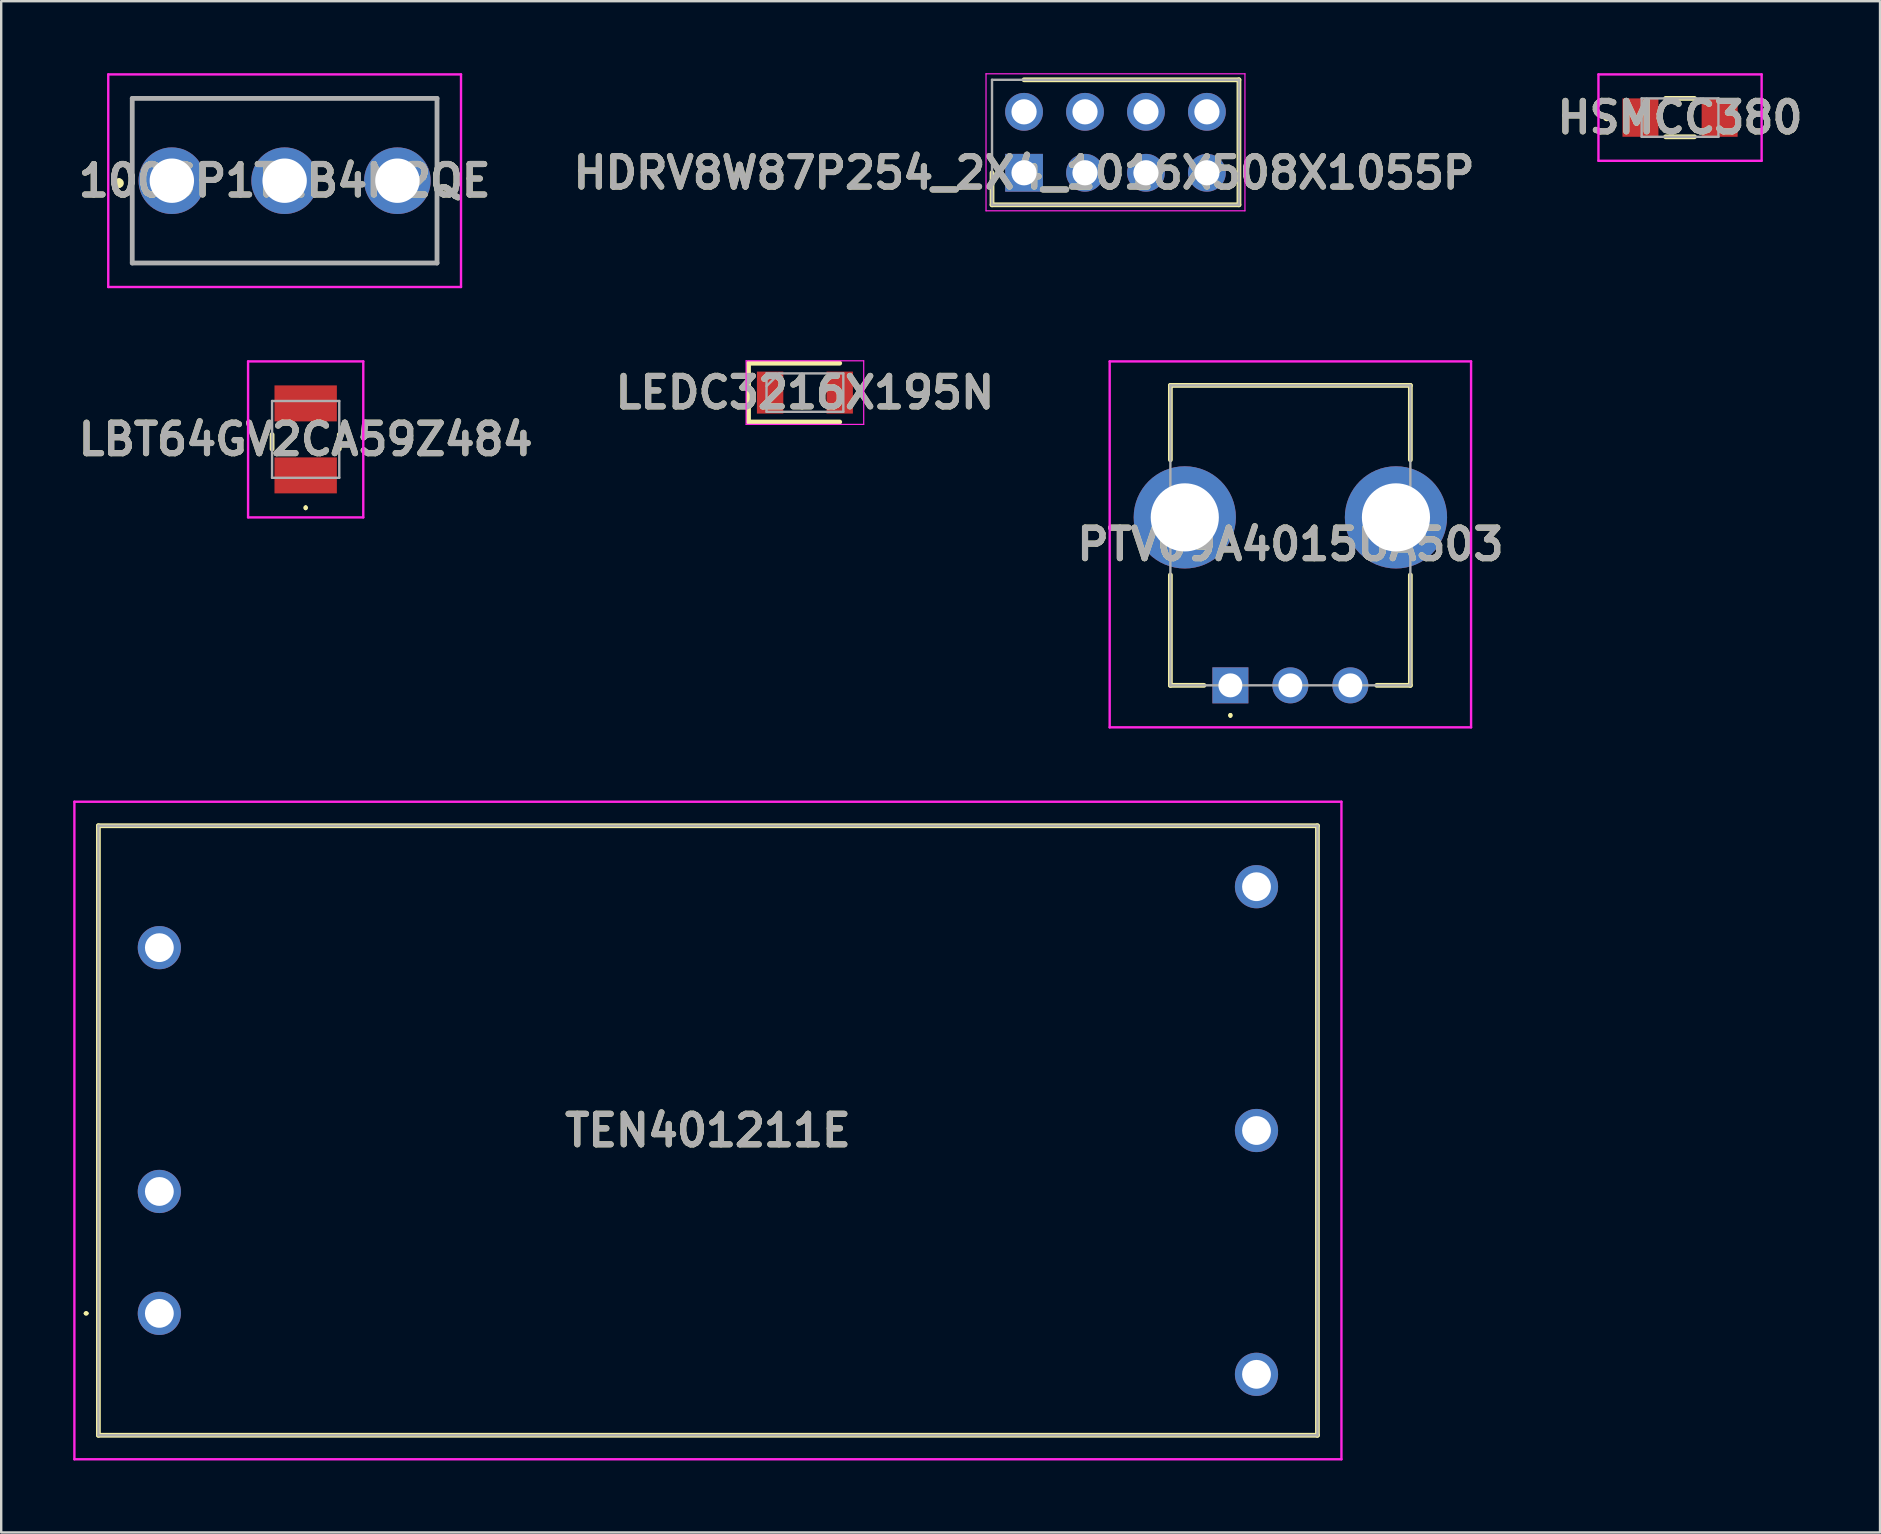
<source format=kicad_pcb>
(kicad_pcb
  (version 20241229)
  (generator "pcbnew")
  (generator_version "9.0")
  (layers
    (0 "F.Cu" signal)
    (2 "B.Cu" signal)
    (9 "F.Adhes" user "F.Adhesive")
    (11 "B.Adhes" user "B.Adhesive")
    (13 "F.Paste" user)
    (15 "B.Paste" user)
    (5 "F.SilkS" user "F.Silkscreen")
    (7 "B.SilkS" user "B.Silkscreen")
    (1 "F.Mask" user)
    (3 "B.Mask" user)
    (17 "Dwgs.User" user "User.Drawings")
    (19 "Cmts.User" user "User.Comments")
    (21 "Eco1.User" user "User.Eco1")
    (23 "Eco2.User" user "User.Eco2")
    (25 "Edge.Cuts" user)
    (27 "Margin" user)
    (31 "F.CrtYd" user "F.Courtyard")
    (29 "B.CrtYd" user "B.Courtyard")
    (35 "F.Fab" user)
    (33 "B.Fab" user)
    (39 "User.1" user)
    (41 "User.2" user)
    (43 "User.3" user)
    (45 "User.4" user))
  (footprint "100SP1T1B4M2QE"
    (layer "F.Cu")
    (at 8.811 4.48)
    (property "Reference" "100SP1T1B4M2QE" (at 0 0 0) (layer "F.SilkS") (effects (font (size 1.27 1.27) (thickness 0.254))))
    (attr through_hole)
    (fp_line (start -6.9 0) (end -6.9 0) (stroke (width 0.2) (type solid)) (layer "F.SilkS"))
    (fp_line (start -6.9 0.2) (end -6.9 0.2) (stroke (width 0.2) (type solid)) (layer "F.SilkS"))
    (fp_line (start -6.35 -3.43) (end 6.35 -3.43) (stroke (width 0.1) (type solid)) (layer "F.SilkS"))
    (fp_line (start -6.35 3.43) (end -6.35 -3.43) (stroke (width 0.1) (type solid)) (layer "F.SilkS"))
    (fp_line (start 6.35 -3.43) (end 6.35 3.43) (stroke (width 0.1) (type solid)) (layer "F.SilkS"))
    (fp_line (start 6.35 3.43) (end -6.35 3.43) (stroke (width 0.1) (type solid)) (layer "F.SilkS"))
    (fp_arc (start -6.9 0) (mid -6.8 0.1) (end -6.9 0.2) (stroke (width 0.2) (type solid)) (layer "F.SilkS"))
    (fp_arc (start -6.9 0.2) (mid -7 0.1) (end -6.9 0) (stroke (width 0.2) (type solid)) (layer "F.SilkS"))
    (fp_line (start -7.35 -4.43) (end 7.35 -4.43) (stroke (width 0.1) (type solid)) (layer "F.CrtYd"))
    (fp_line (start -7.35 4.43) (end -7.35 -4.43) (stroke (width 0.1) (type solid)) (layer "F.CrtYd"))
    (fp_line (start 7.35 -4.43) (end 7.35 4.43) (stroke (width 0.1) (type solid)) (layer "F.CrtYd"))
    (fp_line (start 7.35 4.43) (end -7.35 4.43) (stroke (width 0.1) (type solid)) (layer "F.CrtYd"))
    (fp_line (start -6.35 -3.43) (end 6.35 -3.43) (stroke (width 0.2) (type solid)) (layer "F.Fab"))
    (fp_line (start -6.35 3.43) (end -6.35 -3.43) (stroke (width 0.2) (type solid)) (layer "F.Fab"))
    (fp_line (start 6.35 -3.43) (end 6.35 3.43) (stroke (width 0.2) (type solid)) (layer "F.Fab"))
    (fp_line (start 6.35 3.43) (end -6.35 3.43) (stroke (width 0.2) (type solid)) (layer "F.Fab"))
    (fp_text user "${REFERENCE}" (at 0 0 0) (layer "F.Fab") (effects (font (size 1.27 1.27) (thickness 0.254))))
    (pad "1" thru_hole circle (at -4.7 0) (size 2.775 2.775) (drill 1.85) (layers "*.Cu" "*.Mask"))
    (pad "2" thru_hole circle (at 0 0) (size 2.775 2.775) (drill 1.85) (layers "*.Cu" "*.Mask"))
    (pad "3" thru_hole circle (at 4.7 0) (size 2.775 2.775) (drill 1.85) (layers "*.Cu" "*.Mask")))
  (footprint "HDRV8W87P254_2X4_1016X508X1055P"
    (layer "F.Cu")
    (at 39.624 4.15)
    (property "Reference" "HDRV8W87P254_2X4_1016X508X1055P" (at 0 0 0) (layer "F.SilkS") (effects (font (size 1.27 1.27) (thickness 0.254))))
    (attr through_hole)
    (fp_line (start -1.335 0) (end -1.335 1.335) (stroke (width 0.2) (type solid)) (layer "F.SilkS"))
    (fp_line (start -1.335 1.335) (end 8.955 1.335) (stroke (width 0.2) (type solid)) (layer "F.SilkS"))
    (fp_line (start 8.955 -3.875) (end 0 -3.875) (stroke (width 0.2) (type solid)) (layer "F.SilkS"))
    (fp_line (start 8.955 1.335) (end 8.955 -3.875) (stroke (width 0.2) (type solid)) (layer "F.SilkS"))
    (fp_line (start -1.585 -4.125) (end 9.205 -4.125) (stroke (width 0.05) (type solid)) (layer "F.CrtYd"))
    (fp_line (start -1.585 1.585) (end -1.585 -4.125) (stroke (width 0.05) (type solid)) (layer "F.CrtYd"))
    (fp_line (start 9.205 -4.125) (end 9.205 1.585) (stroke (width 0.05) (type solid)) (layer "F.CrtYd"))
    (fp_line (start 9.205 1.585) (end -1.585 1.585) (stroke (width 0.05) (type solid)) (layer "F.CrtYd"))
    (fp_line (start -1.335 -3.875) (end 8.955 -3.875) (stroke (width 0.1) (type solid)) (layer "F.Fab"))
    (fp_line (start -1.335 1.335) (end -1.335 -3.875) (stroke (width 0.1) (type solid)) (layer "F.Fab"))
    (fp_line (start 8.955 -3.875) (end 8.955 1.335) (stroke (width 0.1) (type solid)) (layer "F.Fab"))
    (fp_line (start 8.955 1.335) (end -1.335 1.335) (stroke (width 0.1) (type solid)) (layer "F.Fab"))
    (fp_text user "${REFERENCE}" (at 0 0 0) (layer "F.Fab") (effects (font (size 1.27 1.27) (thickness 0.254))))
    (pad "1" thru_hole rect (at 0 0) (size 1.575 1.575) (drill 1.05) (layers "*.Cu" "*.Mask"))
    (pad "2" thru_hole circle (at 0 -2.54) (size 1.575 1.575) (drill 1.05) (layers "*.Cu" "*.Mask"))
    (pad "3" thru_hole circle (at 2.54 0) (size 1.575 1.575) (drill 1.05) (layers "*.Cu" "*.Mask"))
    (pad "4" thru_hole circle (at 2.54 -2.54) (size 1.575 1.575) (drill 1.05) (layers "*.Cu" "*.Mask"))
    (pad "5" thru_hole circle (at 5.08 0) (size 1.575 1.575) (drill 1.05) (layers "*.Cu" "*.Mask"))
    (pad "6" thru_hole circle (at 5.08 -2.54) (size 1.575 1.575) (drill 1.05) (layers "*.Cu" "*.Mask"))
    (pad "7" thru_hole circle (at 7.62 0) (size 1.575 1.575) (drill 1.05) (layers "*.Cu" "*.Mask"))
    (pad "8" thru_hole circle (at 7.62 -2.54) (size 1.575 1.575) (drill 1.05) (layers "*.Cu" "*.Mask")))
  (footprint "LBT64GV2CA59Z484"
    (layer "F.Cu")
    (at 9.688 15.26)
    (property "Reference" "LBT64GV2CA59Z484" (at 0 0 0) (layer "F.SilkS") (effects (font (size 1.27 1.27) (thickness 0.254))))
    (attr smd)
    (fp_line (start -1.4 -0.2) (end -1.4 0.4) (stroke (width 0.2) (type solid)) (layer "F.SilkS"))
    (fp_line (start 0 2.8) (end 0 2.8) (stroke (width 0.1) (type solid)) (layer "F.SilkS"))
    (fp_line (start 0 2.9) (end 0 2.9) (stroke (width 0.1) (type solid)) (layer "F.SilkS"))
    (fp_line (start 1.4 -0.2) (end 1.4 0.4) (stroke (width 0.2) (type solid)) (layer "F.SilkS"))
    (fp_arc (start 0 2.8) (mid 0.05 2.85) (end 0 2.9) (stroke (width 0.1) (type solid)) (layer "F.SilkS"))
    (fp_arc (start 0 2.9) (mid -0.05 2.85) (end 0 2.8) (stroke (width 0.1) (type solid)) (layer "F.SilkS"))
    (fp_line (start -2.4 -3.25) (end -2.4 3.25) (stroke (width 0.1) (type solid)) (layer "F.CrtYd"))
    (fp_line (start -2.4 3.25) (end 2.4 3.25) (stroke (width 0.1) (type solid)) (layer "F.CrtYd"))
    (fp_line (start 2.4 -3.25) (end -2.4 -3.25) (stroke (width 0.1) (type solid)) (layer "F.CrtYd"))
    (fp_line (start 2.4 3.25) (end 2.4 -3.25) (stroke (width 0.1) (type solid)) (layer "F.CrtYd"))
    (fp_line (start -1.4 -1.6) (end 1.4 -1.6) (stroke (width 0.1) (type solid)) (layer "F.Fab"))
    (fp_line (start -1.4 1.6) (end -1.4 -1.6) (stroke (width 0.1) (type solid)) (layer "F.Fab"))
    (fp_line (start 1.4 -1.6) (end 1.4 1.6) (stroke (width 0.1) (type solid)) (layer "F.Fab"))
    (fp_line (start 1.4 1.6) (end -1.4 1.6) (stroke (width 0.1) (type solid)) (layer "F.Fab"))
    (fp_text user "${REFERENCE}" (at 0 0 0) (layer "F.Fab") (effects (font (size 1.27 1.27) (thickness 0.254))))
    (pad "1" smd rect (at 0 1.5 90) (size 1.5 2.6) (layers "F.Cu" "F.Mask" "F.Paste"))
    (pad "2" smd rect (at 0 -1.5 90) (size 1.5 2.6) (layers "F.Cu" "F.Mask" "F.Paste")))
  (footprint "HSMCC380"
    (layer "F.Cu")
    (at 66.96 1.85)
    (property "Reference" "HSMCC380" (at 0 0 0) (layer "F.SilkS") (effects (font (size 1.27 1.27) (thickness 0.254))))
    (attr smd)
    (fp_line (start -3.1 0) (end -3.1 0) (stroke (width 0.2) (type solid)) (layer "F.SilkS"))
    (fp_line (start -3.1 0) (end -3.1 0) (stroke (width 0.2) (type solid)) (layer "F.SilkS"))
    (fp_line (start -3 0) (end -3 0) (stroke (width 0.2) (type solid)) (layer "F.SilkS"))
    (fp_line (start -0.6 -0.8) (end 0.6 -0.8) (stroke (width 0.2) (type solid)) (layer "F.SilkS"))
    (fp_line (start -0.6 0.8) (end 0.6 0.8) (stroke (width 0.2) (type solid)) (layer "F.SilkS"))
    (fp_arc (start -3.1 0) (mid -3.05 -0.05) (end -3 0) (stroke (width 0.2) (type solid)) (layer "F.SilkS"))
    (fp_arc (start -3 0) (mid -3.05 0.05) (end -3.1 0) (stroke (width 0.2) (type solid)) (layer "F.SilkS"))
    (fp_arc (start -3 0) (mid -3.05 0.05) (end -3.1 0) (stroke (width 0.2) (type solid)) (layer "F.SilkS"))
    (fp_line (start -3.4 -1.8) (end 3.4 -1.8) (stroke (width 0.1) (type solid)) (layer "F.CrtYd"))
    (fp_line (start -3.4 1.8) (end -3.4 -1.8) (stroke (width 0.1) (type solid)) (layer "F.CrtYd"))
    (fp_line (start 3.4 -1.8) (end 3.4 1.8) (stroke (width 0.1) (type solid)) (layer "F.CrtYd"))
    (fp_line (start 3.4 1.8) (end -3.4 1.8) (stroke (width 0.1) (type solid)) (layer "F.CrtYd"))
    (fp_line (start -1.6 -0.8) (end 1.6 -0.8) (stroke (width 0.1) (type solid)) (layer "F.Fab"))
    (fp_line (start -1.6 0.8) (end -1.6 -0.8) (stroke (width 0.1) (type solid)) (layer "F.Fab"))
    (fp_line (start 1.6 -0.8) (end 1.6 0.8) (stroke (width 0.1) (type solid)) (layer "F.Fab"))
    (fp_line (start 1.6 0.8) (end -1.6 0.8) (stroke (width 0.1) (type solid)) (layer "F.Fab"))
    (fp_text user "${REFERENCE}" (at 0 0 0) (layer "F.Fab") (effects (font (size 1.27 1.27) (thickness 0.254))))
    (pad "1" smd rect (at -1.65 0) (size 1.5 1.6) (layers "F.Cu" "F.Mask" "F.Paste"))
    (pad "2" smd rect (at 1.65 0) (size 1.5 1.6) (layers "F.Cu" "F.Mask" "F.Paste")))
  (footprint "LEDC3216X195N"
    (layer "F.Cu")
    (at 30.492 13.31)
    (property "Reference" "LEDC3216X195N" (at 0 0 0) (layer "F.SilkS") (effects (font (size 1.27 1.27) (thickness 0.254))))
    (attr smd)
    (fp_line (start -2.35 -1.225) (end -2.35 1.225) (stroke (width 0.2) (type solid)) (layer "F.SilkS"))
    (fp_line (start -2.35 1.225) (end 1.45 1.225) (stroke (width 0.2) (type solid)) (layer "F.SilkS"))
    (fp_line (start 1.45 -1.225) (end -2.35 -1.225) (stroke (width 0.2) (type solid)) (layer "F.SilkS"))
    (fp_line (start -2.45 -1.325) (end 2.45 -1.325) (stroke (width 0.05) (type solid)) (layer "F.CrtYd"))
    (fp_line (start -2.45 1.325) (end -2.45 -1.325) (stroke (width 0.05) (type solid)) (layer "F.CrtYd"))
    (fp_line (start 2.45 -1.325) (end 2.45 1.325) (stroke (width 0.05) (type solid)) (layer "F.CrtYd"))
    (fp_line (start 2.45 1.325) (end -2.45 1.325) (stroke (width 0.05) (type solid)) (layer "F.CrtYd"))
    (fp_line (start -1.6 -0.8) (end 1.6 -0.8) (stroke (width 0.1) (type solid)) (layer "F.Fab"))
    (fp_line (start -1.6 -0.267) (end -1.067 -0.8) (stroke (width 0.1) (type solid)) (layer "F.Fab"))
    (fp_line (start -1.6 0.8) (end -1.6 -0.8) (stroke (width 0.1) (type solid)) (layer "F.Fab"))
    (fp_line (start 1.6 -0.8) (end 1.6 0.8) (stroke (width 0.1) (type solid)) (layer "F.Fab"))
    (fp_line (start 1.6 0.8) (end -1.6 0.8) (stroke (width 0.1) (type solid)) (layer "F.Fab"))
    (fp_text user "${REFERENCE}" (at 0 0 0) (layer "F.Fab") (effects (font (size 1.27 1.27) (thickness 0.254))))
    (pad "1" smd rect (at -1.45 0) (size 1.1 1.75) (layers "F.Cu" "F.Mask" "F.Paste"))
    (pad "2" smd rect (at 1.45 0) (size 1.1 1.75) (layers "F.Cu" "F.Mask" "F.Paste")))
  (footprint "TEN401211E"
    (layer "F.Cu")
    (at 3.59 51.68)
    (property "Reference" "TEN401211E" (at 22.86 -7.62 0) (layer "F.SilkS") (effects (font (size 1.27 1.27) (thickness 0.254))))
    (attr through_hole)
    (fp_line (start -3.1 0) (end -3.1 0) (stroke (width 0.1) (type solid)) (layer "F.SilkS"))
    (fp_line (start -3 0) (end -3 0) (stroke (width 0.1) (type solid)) (layer "F.SilkS"))
    (fp_line (start -2.54 -20.32) (end -2.54 5.08) (stroke (width 0.2) (type solid)) (layer "F.SilkS"))
    (fp_line (start -2.54 5.08) (end 48.26 5.08) (stroke (width 0.2) (type solid)) (layer "F.SilkS"))
    (fp_line (start 48.26 -20.32) (end -2.54 -20.32) (stroke (width 0.2) (type solid)) (layer "F.SilkS"))
    (fp_line (start 48.26 5.08) (end 48.26 -20.32) (stroke (width 0.2) (type solid)) (layer "F.SilkS"))
    (fp_arc (start -3.1 0) (mid -3.05 -0.05) (end -3 0) (stroke (width 0.1) (type solid)) (layer "F.SilkS"))
    (fp_arc (start -3 0) (mid -3.05 0.05) (end -3.1 0) (stroke (width 0.1) (type solid)) (layer "F.SilkS"))
    (fp_line (start -3.54 -21.32) (end -3.54 6.08) (stroke (width 0.1) (type solid)) (layer "F.CrtYd"))
    (fp_line (start -3.54 6.08) (end 49.26 6.08) (stroke (width 0.1) (type solid)) (layer "F.CrtYd"))
    (fp_line (start 49.26 -21.32) (end -3.54 -21.32) (stroke (width 0.1) (type solid)) (layer "F.CrtYd"))
    (fp_line (start 49.26 6.08) (end 49.26 -21.32) (stroke (width 0.1) (type solid)) (layer "F.CrtYd"))
    (fp_line (start -2.54 -20.32) (end -2.54 5.08) (stroke (width 0.1) (type solid)) (layer "F.Fab"))
    (fp_line (start -2.54 5.08) (end 48.26 5.08) (stroke (width 0.1) (type solid)) (layer "F.Fab"))
    (fp_line (start 48.26 -20.32) (end -2.54 -20.32) (stroke (width 0.1) (type solid)) (layer "F.Fab"))
    (fp_line (start 48.26 5.08) (end 48.26 -20.32) (stroke (width 0.1) (type solid)) (layer "F.Fab"))
    (fp_text user "${REFERENCE}" (at 22.86 -7.62 0) (layer "F.Fab") (effects (font (size 1.27 1.27) (thickness 0.254))))
    (pad "1" thru_hole circle (at 0 0) (size 1.8 1.8) (drill 1.2) (layers "*.Cu" "*.Mask"))
    (pad "2" thru_hole circle (at 0 -5.08) (size 1.8 1.8) (drill 1.2) (layers "*.Cu" "*.Mask"))
    (pad "3" thru_hole circle (at 0 -15.24) (size 1.8 1.8) (drill 1.2) (layers "*.Cu" "*.Mask"))
    (pad "4" thru_hole circle (at 45.72 2.54) (size 1.8 1.8) (drill 1.2) (layers "*.Cu" "*.Mask"))
    (pad "5" thru_hole circle (at 45.72 -7.62) (size 1.8 1.8) (drill 1.2) (layers "*.Cu" "*.Mask"))
    (pad "6" thru_hole circle (at 45.72 -17.78) (size 1.8 1.8) (drill 1.2) (layers "*.Cu" "*.Mask")))
  (footprint "PTV09A4015UA503"
    (layer "F.Cu")
    (at 48.222 25.51)
    (property "Reference" "PTV09A4015UA503" (at 2.5 -5.875 0) (layer "F.SilkS") (effects (font (size 1.27 1.27) (thickness 0.254))))
    (attr through_hole)
    (fp_line (start -2.5 -12.5) (end -2.5 -9.4) (stroke (width 0.2) (type solid)) (layer "F.SilkS"))
    (fp_line (start -2.5 -4.6) (end -2.5 0) (stroke (width 0.2) (type solid)) (layer "F.SilkS"))
    (fp_line (start -2.5 0) (end -1.1 0) (stroke (width 0.2) (type solid)) (layer "F.SilkS"))
    (fp_line (start 0 1.2) (end 0 1.2) (stroke (width 0.1) (type solid)) (layer "F.SilkS"))
    (fp_line (start 0 1.3) (end 0 1.3) (stroke (width 0.1) (type solid)) (layer "F.SilkS"))
    (fp_line (start 6.1 0) (end 7.5 0) (stroke (width 0.2) (type solid)) (layer "F.SilkS"))
    (fp_line (start 7.5 -12.5) (end -2.5 -12.5) (stroke (width 0.2) (type solid)) (layer "F.SilkS"))
    (fp_line (start 7.5 -9.4) (end 7.5 -12.5) (stroke (width 0.2) (type solid)) (layer "F.SilkS"))
    (fp_line (start 7.5 0) (end 7.5 -4.6) (stroke (width 0.2) (type solid)) (layer "F.SilkS"))
    (fp_arc (start 0 1.2) (mid 0.05 1.25) (end 0 1.3) (stroke (width 0.1) (type solid)) (layer "F.SilkS"))
    (fp_arc (start 0 1.3) (mid -0.05 1.25) (end 0 1.2) (stroke (width 0.1) (type solid)) (layer "F.SilkS"))
    (fp_line (start -5.03 -13.5) (end 10.03 -13.5) (stroke (width 0.1) (type solid)) (layer "F.CrtYd"))
    (fp_line (start -5.03 1.75) (end -5.03 -13.5) (stroke (width 0.1) (type solid)) (layer "F.CrtYd"))
    (fp_line (start 10.03 -13.5) (end 10.03 1.75) (stroke (width 0.1) (type solid)) (layer "F.CrtYd"))
    (fp_line (start 10.03 1.75) (end -5.03 1.75) (stroke (width 0.1) (type solid)) (layer "F.CrtYd"))
    (fp_line (start -2.5 -12.5) (end 7.5 -12.5) (stroke (width 0.1) (type solid)) (layer "F.Fab"))
    (fp_line (start -2.5 0) (end -2.5 -12.5) (stroke (width 0.1) (type solid)) (layer "F.Fab"))
    (fp_line (start 7.5 -12.5) (end 7.5 0) (stroke (width 0.1) (type solid)) (layer "F.Fab"))
    (fp_line (start 7.5 0) (end -2.5 0) (stroke (width 0.1) (type solid)) (layer "F.Fab"))
    (fp_text user "${REFERENCE}" (at 2.5 -5.875 0) (layer "F.Fab") (effects (font (size 1.27 1.27) (thickness 0.254))))
    (pad "1" thru_hole rect (at 0 0) (size 1.5 1.5) (drill 1) (layers "*.Cu" "*.Mask"))
    (pad "2" thru_hole circle (at 2.5 0) (size 1.5 1.5) (drill 1) (layers "*.Cu" "*.Mask"))
    (pad "3" thru_hole circle (at 5 0) (size 1.5 1.5) (drill 1) (layers "*.Cu" "*.Mask"))
    (pad "MH1" thru_hole circle (at -1.9 -7) (size 4.26 4.26) (drill 2.84) (layers "*.Cu" "*.Mask"))
    (pad "MH2" thru_hole circle (at 6.9 -7) (size 4.26 4.26) (drill 2.84) (layers "*.Cu" "*.Mask")))
  (gr_rect
    (start -3 -3)
    (end 75.294 60.81)
    (stroke (width 0.1) (type default))
    (fill no)
    (layer "Edge.Cuts")))
</source>
